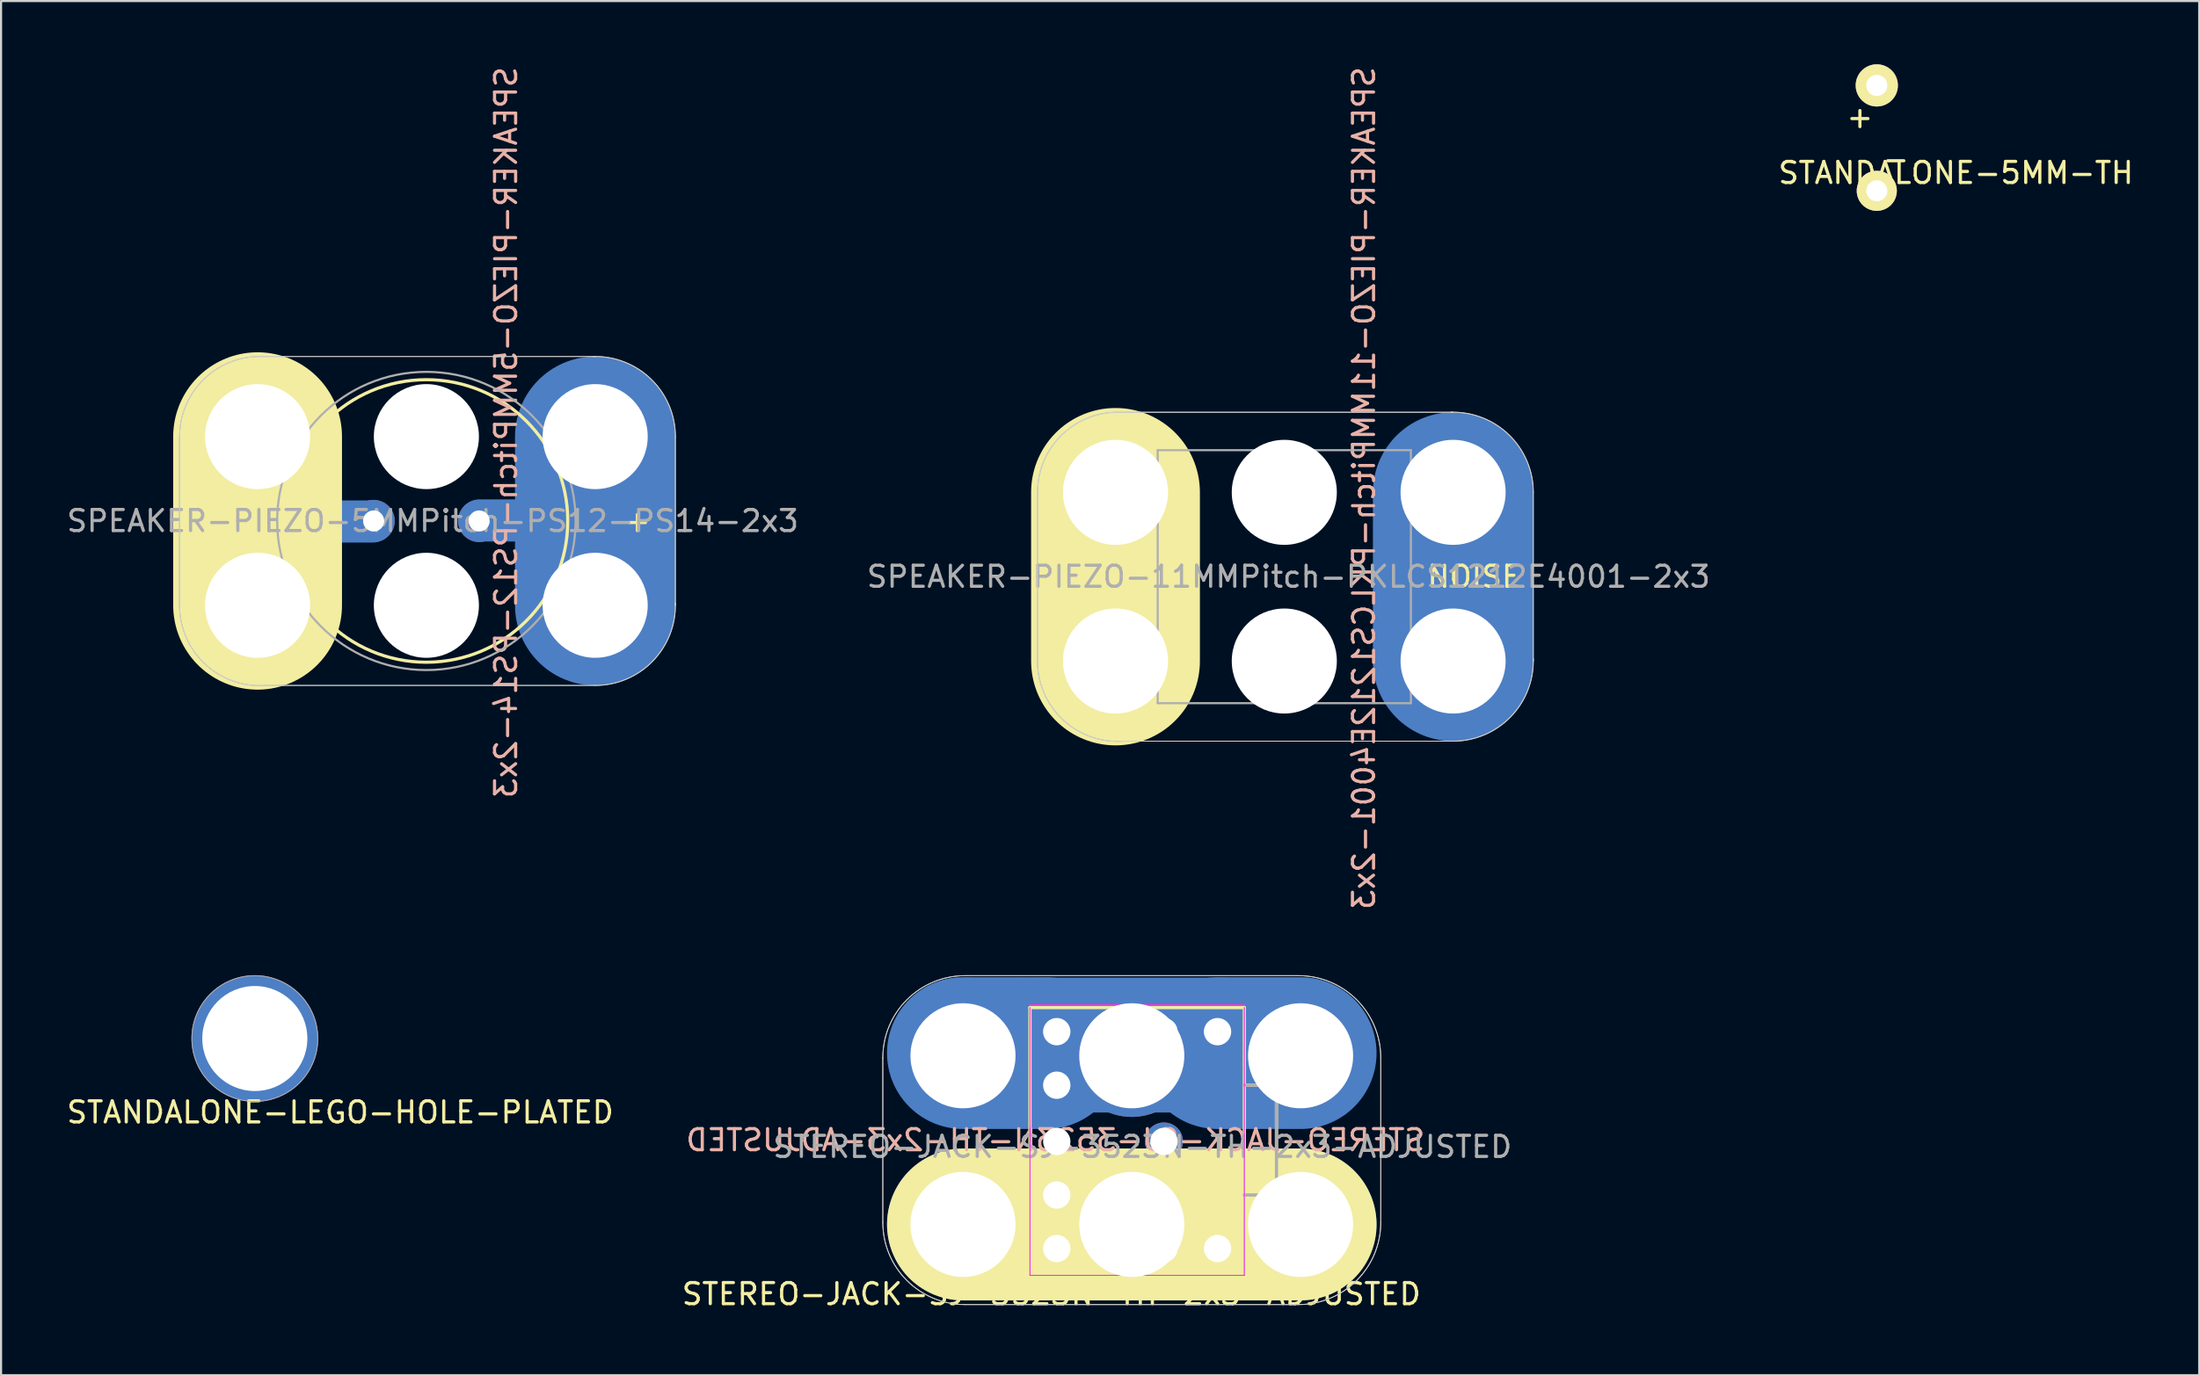
<source format=kicad_pcb>
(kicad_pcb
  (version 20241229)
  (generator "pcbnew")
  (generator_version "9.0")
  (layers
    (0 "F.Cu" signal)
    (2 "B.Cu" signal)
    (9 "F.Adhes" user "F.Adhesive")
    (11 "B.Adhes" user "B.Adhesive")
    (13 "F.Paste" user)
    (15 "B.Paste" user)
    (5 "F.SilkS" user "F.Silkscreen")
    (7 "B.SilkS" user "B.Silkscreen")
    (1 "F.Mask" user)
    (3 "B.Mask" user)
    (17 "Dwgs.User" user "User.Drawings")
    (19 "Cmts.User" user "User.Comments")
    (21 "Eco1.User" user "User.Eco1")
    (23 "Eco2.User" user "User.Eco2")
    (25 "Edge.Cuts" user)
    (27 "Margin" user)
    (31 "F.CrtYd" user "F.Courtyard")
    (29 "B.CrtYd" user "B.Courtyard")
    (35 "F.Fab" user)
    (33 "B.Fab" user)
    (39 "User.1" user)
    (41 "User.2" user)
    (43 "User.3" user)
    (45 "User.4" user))
  (footprint "SPEAKER-PIEZO-11MMPitch-PKLCS1212E4001-2x3"
    (layer "F.Cu")
    (at 49.818 28.301)
    (property "Reference" "SPEAKER-PIEZO-11MMPitch-PKLCS1212E4001-2x3" (at 11.775 -8.2 90) (layer "B.SilkS") (effects (font (size 1 1) (thickness 0.15)) (justify mirror)))
    (attr through_hole)
    (fp_line (start 0.2 0.2) (end 0.2 -8) (stroke (width 6) (type solid)) (layer "F.Cu"))
    (fp_line (start 16 0.2) (end 16 -8) (stroke (width 6) (type solid)) (layer "F.Cu"))
    (fp_line (start 0 -8) (end 0 0) (stroke (width 7.6) (type solid)) (layer "B.Cu"))
    (fp_line (start 16 -8) (end 16 0) (stroke (width 7.6) (type solid)) (layer "B.Cu"))
    (fp_line (start 0 -8) (end 0 0) (stroke (width 7.6) (type solid)) (layer "B.Mask"))
    (fp_line (start 16 -8) (end 16 0) (stroke (width 7.6) (type solid)) (layer "B.Mask"))
    (fp_line (start 0 -8) (end 0 0) (stroke (width 8) (type solid)) (layer "F.SilkS"))
    (fp_line (start -3.7 -8) (end -3.7 0) (stroke (width 0.041) (type solid)) (layer "Edge.Cuts"))
    (fp_line (start 16 -11.8) (end 0 -11.8) (stroke (width 0.041) (type solid)) (layer "Edge.Cuts"))
    (fp_line (start 16 3.8) (end 0.3 3.8) (stroke (width 0.041) (type solid)) (layer "Edge.Cuts"))
    (fp_line (start 19.8 -8) (end 19.8 0) (stroke (width 0.041) (type solid)) (layer "Edge.Cuts"))
    (fp_arc (start -3.693368 -7.90018) (mid -2.653367 -10.614068) (end 0 -11.8) (stroke (width 0.04064) (type solid)) (layer "Edge.Cuts"))
    (fp_arc (start 0.411824 3.8) (mid -2.475303 2.799424) (end -3.7 0) (stroke (width 0.04064) (type solid)) (layer "Edge.Cuts"))
    (fp_arc (start 15.9 -11.8) (mid 18.652345 -10.723062) (end 19.801316 -8) (stroke (width 0.04064) (type solid)) (layer "Edge.Cuts"))
    (fp_arc (start 19.8 -0.1) (mid 18.723062 2.652345) (end 16 3.801316) (stroke (width 0.04064) (type solid)) (layer "Edge.Cuts"))
    (fp_line (start -3.7 -8) (end -3.7 0) (stroke (width 0.041) (type solid)) (layer "F.Fab"))
    (fp_line (start 2 -10) (end 2 2) (stroke (width 0.1) (type solid)) (layer "F.Fab"))
    (fp_line (start 2 2) (end 14 2) (stroke (width 0.1) (type solid)) (layer "F.Fab"))
    (fp_line (start 14 -10) (end 2 -10) (stroke (width 0.1) (type solid)) (layer "F.Fab"))
    (fp_line (start 14 2) (end 14 -10) (stroke (width 0.1) (type solid)) (layer "F.Fab"))
    (fp_line (start 16 -11.8) (end 0 -11.8) (stroke (width 0.041) (type solid)) (layer "F.Fab"))
    (fp_line (start 16 3.8) (end 0.3 3.8) (stroke (width 0.041) (type solid)) (layer "F.Fab"))
    (fp_line (start 19.8 -8) (end 19.8 0) (stroke (width 0.041) (type solid)) (layer "F.Fab"))
    (fp_arc (start -3.693368 -7.90018) (mid -2.653367 -10.614068) (end 0 -11.8) (stroke (width 0.04064) (type solid)) (layer "F.Fab"))
    (fp_arc (start 0.411824 3.8) (mid -2.475303 2.799424) (end -3.7 0) (stroke (width 0.04064) (type solid)) (layer "F.Fab"))
    (fp_arc (start 15.9 -11.8) (mid 18.652345 -10.723062) (end 19.801316 -8) (stroke (width 0.04064) (type solid)) (layer "F.Fab"))
    (fp_arc (start 19.8 -0.1) (mid 18.723062 2.652345) (end 16 3.801316) (stroke (width 0.04064) (type solid)) (layer "F.Fab"))
    (fp_text user "NOISE" (at 17 -4 0) (layer "F.SilkS") (effects (font (size 1 1) (thickness 0.15))))
    (fp_text user "-" (at -2 -4 0) (layer "F.SilkS") (effects (font (size 1 1) (thickness 0.15))))
    (fp_text user "${REFERENCE}" (at 8.2 -4 0) (layer "F.Fab") (effects (font (size 1 1) (thickness 0.15))))
    (pad "" np_thru_hole circle (at 8 -8) (size 4.98 4.98) (drill 4.98) (layers "*.Cu"))
    (pad "" np_thru_hole circle (at 8 0) (size 4.98 4.98) (drill 4.98) (layers "*.Cu"))
    (pad "1" thru_hole circle (at 0 -8) (size 6 6) (drill 4.98) (layers "*.Cu" "B.Mask"))
    (pad "1" thru_hole circle (at 0 0) (size 6 6) (drill 4.98) (layers "*.Cu" "B.Mask"))
    (pad "1" smd rect (at 2.6 -4) (size 1.2 3.3) (layers "F.Cu" "F.Mask" "F.Paste"))
    (pad "2" smd rect (at 13.4 -4) (size 1.2 3.3) (layers "F.Cu" "F.Mask" "F.Paste"))
    (pad "2" thru_hole circle (at 16 -8) (size 6 6) (drill 4.98) (layers "*.Cu" "B.Mask"))
    (pad "2" thru_hole circle (at 16 0) (size 6 6) (drill 4.98) (layers "*.Cu" "B.Mask")))
  (footprint "STANDALONE-5MM-TH"
    (layer "F.Cu")
    (at 85.899 3.5)
    (property "Reference" "STANDALONE-5MM-TH" (at 3.75 1.65 0) (layer "F.SilkS") (effects (font (size 1 1) (thickness 0.15))))
    (attr through_hole)
    (fp_text user "+" (at -0.8 -1 0) (layer "F.SilkS") (effects (font (size 1 1) (thickness 0.15))))
    (fp_text user "-" (at 0.9 1 180) (layer "F.SilkS") (effects (font (size 1 1) (thickness 0.15))))
    (pad "1" thru_hole circle (at 0 -2.5) (size 2 2) (drill 1.001) (layers "*.Cu" "*.Mask" "F.SilkS"))
    (pad "2" thru_hole circle (at 0 2.5 270) (size 1.9 1.9) (drill 1.001) (layers "*.Cu" "*.Mask" "F.SilkS")))
  (footprint "SPEAKER-PIEZO-5MMPitch-PS12-PS14-2x3"
    (layer "F.Cu")
    (at 9.158 25.658)
    (property "Reference" "SPEAKER-PIEZO-5MMPitch-PS12-PS14-2x3" (at 11.775 -8.2 90) (layer "B.SilkS") (effects (font (size 1 1) (thickness 0.15)) (justify mirror)))
    (attr through_hole)
    (fp_line (start 0 -8) (end 0 0) (stroke (width 7.6) (type solid)) (layer "B.Cu"))
    (fp_line (start 5.45 -3.975) (end 0.7 -3.975) (stroke (width 2) (type solid)) (layer "B.Cu"))
    (fp_line (start 15.275 -4.025) (end 10.525 -4.025) (stroke (width 2) (type solid)) (layer "B.Cu"))
    (fp_line (start 16 -8) (end 16 0) (stroke (width 7.6) (type solid)) (layer "B.Cu"))
    (fp_line (start 0 -8) (end 0 0) (stroke (width 7.6) (type solid)) (layer "B.Mask"))
    (fp_line (start 16 -8) (end 16 0) (stroke (width 7.6) (type solid)) (layer "B.Mask"))
    (fp_line (start 0 -8) (end 0 0) (stroke (width 8) (type solid)) (layer "F.SilkS"))
    (fp_circle (center 8 -4) (end 14.7 -4) (stroke (width 0.15) (type solid)) (fill no) (layer "F.SilkS"))
    (fp_line (start -3.7 -8) (end -3.7 0) (stroke (width 0.041) (type solid)) (layer "Edge.Cuts"))
    (fp_line (start 16 -11.8) (end 0 -11.8) (stroke (width 0.041) (type solid)) (layer "Edge.Cuts"))
    (fp_line (start 16 3.8) (end 0.3 3.8) (stroke (width 0.041) (type solid)) (layer "Edge.Cuts"))
    (fp_line (start 19.8 -8) (end 19.8 0) (stroke (width 0.041) (type solid)) (layer "Edge.Cuts"))
    (fp_arc (start -3.693368 -7.90018) (mid -2.653367 -10.614068) (end 0 -11.8) (stroke (width 0.04064) (type solid)) (layer "Edge.Cuts"))
    (fp_arc (start 0.411824 3.8) (mid -2.475303 2.799424) (end -3.7 0) (stroke (width 0.04064) (type solid)) (layer "Edge.Cuts"))
    (fp_arc (start 15.9 -11.8) (mid 18.652345 -10.723062) (end 19.801316 -8) (stroke (width 0.04064) (type solid)) (layer "Edge.Cuts"))
    (fp_arc (start 19.8 -0.1) (mid 18.723062 2.652345) (end 16 3.801316) (stroke (width 0.04064) (type solid)) (layer "Edge.Cuts"))
    (fp_line (start -3.7 -8) (end -3.7 0) (stroke (width 0.041) (type solid)) (layer "F.Fab"))
    (fp_line (start 16 -11.8) (end 0 -11.8) (stroke (width 0.041) (type solid)) (layer "F.Fab"))
    (fp_line (start 16 3.8) (end 0.3 3.8) (stroke (width 0.041) (type solid)) (layer "F.Fab"))
    (fp_line (start 19.8 -8) (end 19.8 0) (stroke (width 0.041) (type solid)) (layer "F.Fab"))
    (fp_arc (start -3.693368 -7.90018) (mid -2.653367 -10.614068) (end 0 -11.8) (stroke (width 0.04064) (type solid)) (layer "F.Fab"))
    (fp_arc (start 0.411824 3.8) (mid -2.475303 2.799424) (end -3.7 0) (stroke (width 0.04064) (type solid)) (layer "F.Fab"))
    (fp_arc (start 15.9 -11.8) (mid 18.652345 -10.723062) (end 19.801316 -8) (stroke (width 0.04064) (type solid)) (layer "F.Fab"))
    (fp_arc (start 19.8 -0.1) (mid 18.723062 2.652345) (end 16 3.801316) (stroke (width 0.04064) (type solid)) (layer "F.Fab"))
    (fp_circle (center 8 -4) (end 13 1) (stroke (width 0.1) (type solid)) (fill no) (layer "F.Fab"))
    (fp_text user "-" (at -2 -4 0) (layer "F.SilkS") (effects (font (size 1 1) (thickness 0.15))))
    (fp_text user "+" (at 18 -4 0) (layer "F.SilkS") (effects (font (size 1 1) (thickness 0.15))))
    (fp_text user "${REFERENCE}" (at 8.3 -4 0) (layer "F.Fab") (effects (font (size 1 1) (thickness 0.15))))
    (pad "" np_thru_hole circle (at 8 -8) (size 4.98 4.98) (drill 4.98) (layers "*.Cu"))
    (pad "" np_thru_hole circle (at 8 0) (size 4.98 4.98) (drill 4.98) (layers "*.Cu"))
    (pad "1" thru_hole circle (at 0 -8) (size 6 6) (drill 4.98) (layers "*.Cu" "*.Mask"))
    (pad "1" thru_hole circle (at 0 0) (size 6 6) (drill 4.98) (layers "*.Cu" "*.Mask"))
    (pad "1" thru_hole circle (at 5.5 -4) (size 2 2) (drill 1.001) (layers "*.Cu" "*.Mask"))
    (pad "2" thru_hole circle (at 10.5 -4) (size 2 2) (drill 1.001) (layers "*.Cu" "*.Mask"))
    (pad "2" thru_hole circle (at 16 -8) (size 6 6) (drill 4.98) (layers "*.Cu" "*.Mask"))
    (pad "2" thru_hole circle (at 16 0) (size 6 6) (drill 4.98) (layers "*.Cu" "*.Mask")))
  (footprint "STANDALONE-LEGO-HOLE-PLATED"
    (layer "F.Cu")
    (at 9.027 46.205)
    (property "Reference" "STANDALONE-LEGO-HOLE-PLATED" (at 4.05 3.5 0) (layer "F.SilkS") (effects (font (size 1 1) (thickness 0.15))))
    (attr through_hole)
    (fp_circle (center 0 0) (end 2.45 1.7) (stroke (width 0.041) (type solid)) (fill no) (layer "F.Fab"))
    (pad "1" thru_hole circle (at 0 0) (size 6 6) (drill 4.98) (layers "*.Cu" "*.Mask")))
  (footprint "STEREO-JACK-SJ-3523N-TH-2x3-ADJUSTED"
    (layer "F.Cu")
    (at 50.59 55.023)
    (property "Reference" "STEREO-JACK-SJ-3523N-TH-2x3-ADJUSTED" (at -3.619 -4 0) (layer "B.SilkS") (effects (font (size 1 1) (thickness 0.15)) (justify mirror)))
    (attr through_hole)
    (fp_line (start -4.065 -8.127) (end -8.001 -8.128) (stroke (width 7.2) (type solid)) (layer "B.Cu"))
    (fp_line (start 4.191 -8.509) (end -4.064 -8.509) (stroke (width 6.4) (type solid)) (layer "B.Cu"))
    (fp_line (start 8 -8.127) (end 4.064 -8.128) (stroke (width 7.2) (type solid)) (layer "B.Cu"))
    (fp_line (start 8 0) (end -8 0) (stroke (width 7.2) (type solid)) (layer "B.Cu"))
    (fp_line (start -4.065 -8.127) (end -8.001 -8.128) (stroke (width 7.2) (type solid)) (layer "B.Mask"))
    (fp_line (start 4.191 -8.509) (end -4.064 -8.509) (stroke (width 6.4) (type solid)) (layer "B.Mask"))
    (fp_line (start 8 -8.127) (end 4.064 -8.128) (stroke (width 7.2) (type solid)) (layer "B.Mask"))
    (fp_line (start 8 0) (end -8 0) (stroke (width 7.2) (type solid)) (layer "B.Mask"))
    (fp_line (start -4.826 -10.287) (end -4.826 2.413) (stroke (width 0.152) (type solid)) (layer "F.SilkS"))
    (fp_line (start -4.826 2.413) (end 5.334 2.413) (stroke (width 0.152) (type solid)) (layer "F.SilkS"))
    (fp_line (start 5.334 -10.287) (end -4.826 -10.287) (stroke (width 0.152) (type solid)) (layer "F.SilkS"))
    (fp_line (start 5.334 -1.397) (end 6.858 -1.397) (stroke (width 0.152) (type solid)) (layer "F.SilkS"))
    (fp_line (start 5.334 2.413) (end 5.334 -10.287) (stroke (width 0.152) (type solid)) (layer "F.SilkS"))
    (fp_line (start 6.858 -6.604) (end 5.334 -6.604) (stroke (width 0.152) (type solid)) (layer "F.SilkS"))
    (fp_line (start 6.858 -1.397) (end 6.858 -6.477) (stroke (width 0.152) (type solid)) (layer "F.SilkS"))
    (fp_line (start 8 0) (end -8 0) (stroke (width 7.2) (type solid)) (layer "F.SilkS"))
    (fp_line (start -11.8 -0.1) (end -11.8 -7.9) (stroke (width 0.041) (type solid)) (layer "Edge.Cuts"))
    (fp_line (start 7.9 -11.8) (end -7.9 -11.8) (stroke (width 0.041) (type solid)) (layer "Edge.Cuts"))
    (fp_line (start 7.9 3.8) (end -7.9 3.8) (stroke (width 0.041) (type solid)) (layer "Edge.Cuts"))
    (fp_line (start 11.8 -0.1) (end 11.8 -7.9) (stroke (width 0.041) (type solid)) (layer "Edge.Cuts"))
    (fp_arc (start -11.8 -7.9) (mid -10.657716 -10.657716) (end -7.9 -11.8) (stroke (width 0.04064) (type solid)) (layer "Edge.Cuts"))
    (fp_arc (start -7.9 3.8) (mid -10.657716 2.657716) (end -11.8 -0.1) (stroke (width 0.04064) (type solid)) (layer "Edge.Cuts"))
    (fp_arc (start 7.9 -11.8) (mid 10.657716 -10.657716) (end 11.8 -7.9) (stroke (width 0.04064) (type solid)) (layer "Edge.Cuts"))
    (fp_arc (start 11.8 -0.1) (mid 10.657716 2.657716) (end 7.9 3.8) (stroke (width 0.04064) (type solid)) (layer "Edge.Cuts"))
    (fp_line (start -4.826 -10.287) (end -4.826 2.413) (stroke (width 0.041) (type solid)) (layer "F.CrtYd"))
    (fp_line (start -4.826 2.413) (end 5.334 2.413) (stroke (width 0.041) (type solid)) (layer "F.CrtYd"))
    (fp_line (start 5.334 -10.414) (end -4.826 -10.414) (stroke (width 0.041) (type solid)) (layer "F.CrtYd"))
    (fp_line (start 5.334 2.413) (end 5.334 -10.287) (stroke (width 0.041) (type solid)) (layer "F.CrtYd"))
    (fp_line (start -11.8 -0.1) (end -11.8 -7.9) (stroke (width 0.041) (type solid)) (layer "F.Fab"))
    (fp_line (start -4.826 2.413) (end -4.826 -10.287) (stroke (width 0.041) (type solid)) (layer "F.Fab"))
    (fp_line (start -4.826 2.413) (end 5.334 2.413) (stroke (width 0.041) (type solid)) (layer "F.Fab"))
    (fp_line (start 5.334 -10.414) (end -4.826 -10.414) (stroke (width 0.041) (type solid)) (layer "F.Fab"))
    (fp_line (start 5.334 -1.397) (end 6.858 -1.397) (stroke (width 0.152) (type solid)) (layer "F.Fab"))
    (fp_line (start 5.334 2.413) (end 5.334 -10.287) (stroke (width 0.041) (type solid)) (layer "F.Fab"))
    (fp_line (start 6.858 -6.604) (end 5.334 -6.604) (stroke (width 0.152) (type solid)) (layer "F.Fab"))
    (fp_line (start 6.858 -1.397) (end 6.858 -6.477) (stroke (width 0.152) (type solid)) (layer "F.Fab"))
    (fp_line (start 7.9 -11.8) (end -7.9 -11.8) (stroke (width 0.041) (type solid)) (layer "F.Fab"))
    (fp_line (start 7.9 3.8) (end -7.9 3.8) (stroke (width 0.041) (type solid)) (layer "F.Fab"))
    (fp_line (start 11.8 -0.1) (end 11.8 -7.9) (stroke (width 0.041) (type solid)) (layer "F.Fab"))
    (fp_arc (start -11.8 -7.9) (mid -10.657716 -10.657716) (end -7.9 -11.8) (stroke (width 0.04064) (type solid)) (layer "F.Fab"))
    (fp_arc (start -7.9 3.8) (mid -10.657716 2.657716) (end -11.8 -0.1) (stroke (width 0.04064) (type solid)) (layer "F.Fab"))
    (fp_arc (start 7.9 -11.8) (mid 10.657716 -10.657716) (end 11.8 -7.9) (stroke (width 0.04064) (type solid)) (layer "F.Fab"))
    (fp_arc (start 11.8 -0.1) (mid 10.657716 2.657716) (end 7.9 3.8) (stroke (width 0.04064) (type solid)) (layer "F.Fab"))
    (fp_text user "${REFERENCE}" (at -3.81 3.302 180) (layer "F.SilkS") (effects (font (size 1 1) (thickness 0.15))))
    (fp_text user "${REFERENCE}" (at 0.508 -3.683 180) (layer "F.Fab") (effects (font (size 1 1) (thickness 0.15))))
    (pad "" np_thru_hole circle (at -3.556 -3.937 180) (size 1.295 1.295) (drill 1.295) (layers "*.Cu"))
    (pad "" np_thru_hole circle (at 1.524 -9.144 180) (size 1.295 1.295) (drill 1.295) (layers "*.Cu"))
    (pad "" np_thru_hole circle (at 1.524 1.143 180) (size 1.295 1.295) (drill 1.295) (layers "*.Cu"))
    (pad "" np_thru_hole circle (at 4.064 -9.144 180) (size 1.295 1.295) (drill 1.295) (layers "*.Cu"))
    (pad "" np_thru_hole circle (at 4.064 1.143 180) (size 1.295 1.295) (drill 1.295) (layers "*.Cu"))
    (pad "+" thru_hole circle (at -8 -8) (size 6 6) (drill 4.98) (layers "*.Cu" "B.Mask"))
    (pad "+" thru_hole circle (at 0 -8) (size 5.8 5.8) (drill 4.98) (layers "*.Cu" "B.Mask"))
    (pad "+" thru_hole circle (at 8 -8) (size 6 6) (drill 4.98) (layers "*.Cu" "B.Mask"))
    (pad "-" thru_hole circle (at -8 0) (size 6 6) (drill 4.98) (layers "*.Cu" "B.Mask"))
    (pad "-" thru_hole circle (at 0 0) (size 6 6) (drill 4.98) (layers "*.Cu" "B.Mask"))
    (pad "-" thru_hole circle (at 8 0) (size 6 6) (drill 4.98) (layers "*.Cu" "B.Mask"))
    (pad "1" thru_hole circle (at -3.556 -9.144 180) (size 2.184 2.184) (drill 1.295) (layers "*.Cu" "B.Mask"))
    (pad "1" thru_hole circle (at -3.556 -6.604 180) (size 2.184 2.184) (drill 1.295) (layers "*.Cu" "B.Mask"))
    (pad "2" thru_hole circle (at -3.556 -1.397 180) (size 2.184 2.184) (drill 1.295) (layers "*.Cu" "B.Mask"))
    (pad "2" thru_hole circle (at -3.556 1.143 180) (size 2.184 2.184) (drill 1.295) (layers "*.Cu" "B.Mask"))
    (pad "GND" thru_hole circle (at 1.524 -3.937 180) (size 1.803 1.803) (drill 1.295) (layers "*.Cu" "B.Mask")))
  (gr_rect
    (start -3 -3)
    (end 101.179 62.173)
    (stroke (width 0.1) (type default))
    (fill no)
    (layer "Edge.Cuts")))
</source>
